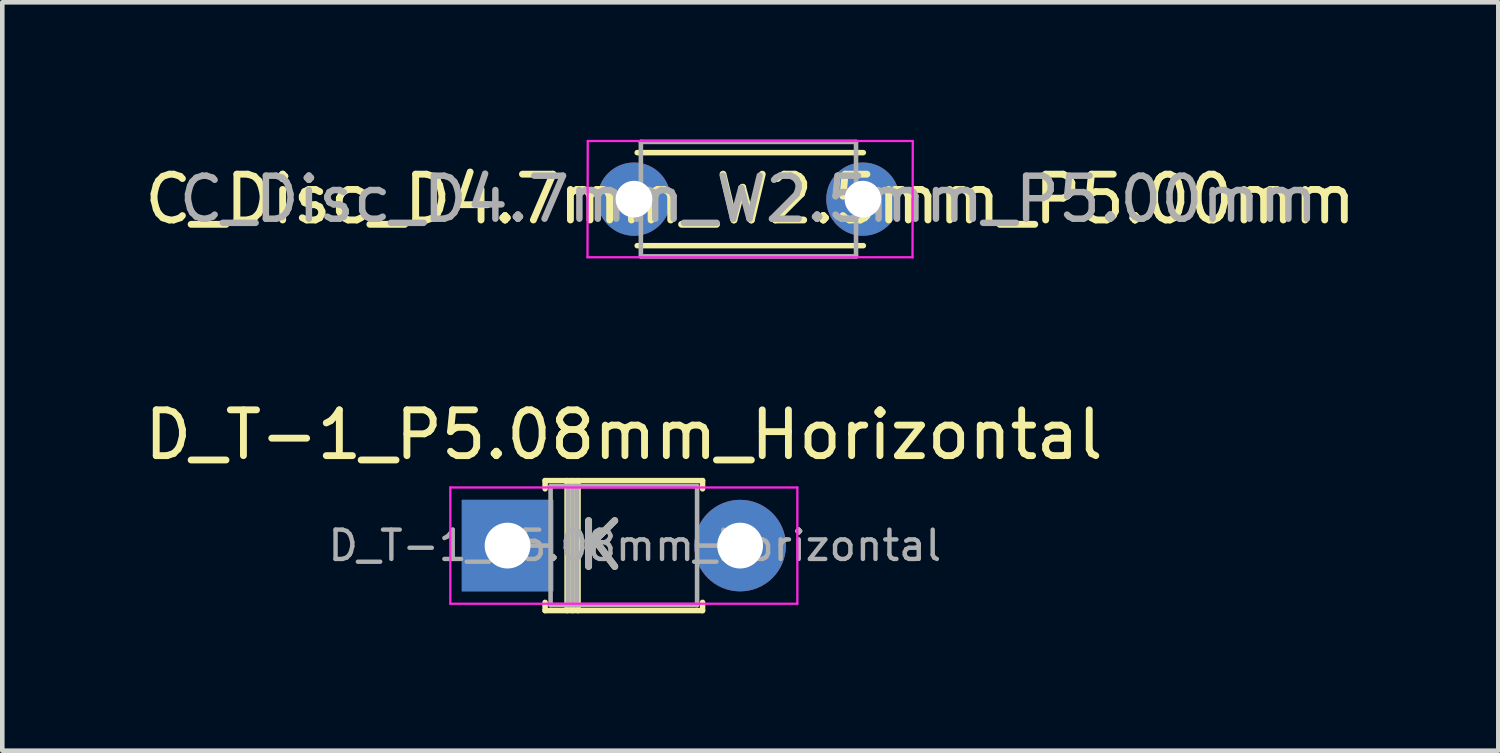
<source format=kicad_pcb>
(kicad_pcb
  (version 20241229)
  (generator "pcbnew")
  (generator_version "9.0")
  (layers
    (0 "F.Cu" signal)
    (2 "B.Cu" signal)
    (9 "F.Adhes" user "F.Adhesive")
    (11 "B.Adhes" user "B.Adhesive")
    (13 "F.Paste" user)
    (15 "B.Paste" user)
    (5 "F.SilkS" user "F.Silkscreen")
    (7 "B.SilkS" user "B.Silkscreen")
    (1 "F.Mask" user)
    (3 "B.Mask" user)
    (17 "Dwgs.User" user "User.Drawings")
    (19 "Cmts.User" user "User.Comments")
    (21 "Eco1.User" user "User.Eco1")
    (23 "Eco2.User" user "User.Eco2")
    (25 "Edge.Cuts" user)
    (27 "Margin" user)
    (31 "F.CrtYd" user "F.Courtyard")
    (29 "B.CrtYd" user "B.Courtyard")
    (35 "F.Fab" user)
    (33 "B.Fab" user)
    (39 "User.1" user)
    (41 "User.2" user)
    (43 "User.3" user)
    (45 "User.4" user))
  (footprint "D_T-1_P5.08mm_Horizontal"
    (layer "F.Cu")
    (at 8.037 8.868)
    (property "Reference" "D_T-1_P5.08mm_Horizontal" (at 2.54 -2.42 0) (layer "F.SilkS") (effects (font (size 1 1) (thickness 0.15))))
    (attr through_hole)
    (fp_line (start 0.82 -1.42) (end 4.26 -1.42) (stroke (width 0.12) (type solid)) (layer "F.SilkS"))
    (fp_line (start 0.82 -1.24) (end 0.82 -1.42) (stroke (width 0.12) (type solid)) (layer "F.SilkS"))
    (fp_line (start 0.82 1.24) (end 0.82 1.42) (stroke (width 0.12) (type solid)) (layer "F.SilkS"))
    (fp_line (start 0.82 1.42) (end 4.26 1.42) (stroke (width 0.12) (type solid)) (layer "F.SilkS"))
    (fp_line (start 1.3 -1.42) (end 1.3 1.42) (stroke (width 0.12) (type solid)) (layer "F.SilkS"))
    (fp_line (start 1.42 -1.42) (end 1.42 1.42) (stroke (width 0.12) (type solid)) (layer "F.SilkS"))
    (fp_line (start 1.54 -1.42) (end 1.54 1.42) (stroke (width 0.12) (type solid)) (layer "F.SilkS"))
    (fp_line (start 4.26 -1.42) (end 4.26 -1.24) (stroke (width 0.12) (type solid)) (layer "F.SilkS"))
    (fp_line (start 4.26 1.42) (end 4.26 1.24) (stroke (width 0.12) (type solid)) (layer "F.SilkS"))
    (fp_line (start -1.25 -1.27) (end -1.25 1.27) (stroke (width 0.05) (type solid)) (layer "F.CrtYd"))
    (fp_line (start -1.25 1.27) (end 6.33 1.27) (stroke (width 0.05) (type solid)) (layer "F.CrtYd"))
    (fp_line (start 6.33 -1.27) (end -1.25 -1.27) (stroke (width 0.05) (type solid)) (layer "F.CrtYd"))
    (fp_line (start 6.33 1.27) (end 6.33 -1.27) (stroke (width 0.05) (type solid)) (layer "F.CrtYd"))
    (fp_line (start 0 0) (end 0.94 0) (stroke (width 0.1) (type solid)) (layer "F.Fab"))
    (fp_line (start 0.94 -1.3) (end 0.94 1.3) (stroke (width 0.1) (type solid)) (layer "F.Fab"))
    (fp_line (start 0.94 1.3) (end 4.14 1.3) (stroke (width 0.1) (type solid)) (layer "F.Fab"))
    (fp_line (start 1.32 -1.3) (end 1.32 1.3) (stroke (width 0.1) (type solid)) (layer "F.Fab"))
    (fp_line (start 1.42 -1.3) (end 1.42 1.3) (stroke (width 0.1) (type solid)) (layer "F.Fab"))
    (fp_line (start 1.52 -1.3) (end 1.52 1.3) (stroke (width 0.1) (type solid)) (layer "F.Fab"))
    (fp_line (start 4.14 -1.3) (end 0.94 -1.3) (stroke (width 0.1) (type solid)) (layer "F.Fab"))
    (fp_line (start 4.14 1.3) (end 4.14 -1.3) (stroke (width 0.1) (type solid)) (layer "F.Fab"))
    (fp_line (start 5.08 0) (end 4.14 0) (stroke (width 0.1) (type solid)) (layer "F.Fab"))
    (fp_text user "K" (at 2.032 0 0) (layer "F.SilkS") (effects (font (size 1 1) (thickness 0.15))))
    (fp_text user "K" (at 2.032 0 0) (layer "F.Fab") (effects (font (size 1 1) (thickness 0.15))))
    (fp_text user "${REFERENCE}" (at 2.78 0 0) (layer "F.Fab") (effects (font (size 0.64 0.64) (thickness 0.096))))
    (pad "1" thru_hole rect (at 0 0) (size 2 2) (drill 1) (layers "*.Cu" "*.Mask"))
    (pad "2" thru_hole oval (at 5.08 0) (size 2 2) (drill 1) (layers "*.Cu" "*.Mask")))
  (footprint "C_Disc_D4.7mm_W2.5mm_P5.00mm"
    (layer "F.Cu")
    (at 10.799 1.3)
    (property "Reference" "C_Disc_D4.7mm_W2.5mm_P5.00mm" (at 2.54 0 0) (layer "F.SilkS") (effects (font (size 1 1) (thickness 0.15))))
    (attr through_hole)
    (fp_line (start 0.07 -1.016) (end 5.01 -1.016) (stroke (width 0.12) (type solid)) (layer "F.SilkS"))
    (fp_line (start 0.07 1.016) (end 5.01 1.016) (stroke (width 0.12) (type solid)) (layer "F.SilkS"))
    (fp_line (start -1.016 1.27) (end 6.084 1.27) (stroke (width 0.05) (type solid)) (layer "F.CrtYd"))
    (fp_line (start -1.01 -1.27) (end -1.016 1.27) (stroke (width 0.05) (type solid)) (layer "F.CrtYd"))
    (fp_line (start 6.084 1.27) (end 6.09 -1.27) (stroke (width 0.05) (type solid)) (layer "F.CrtYd"))
    (fp_line (start 6.09 -1.27) (end -1.01 -1.27) (stroke (width 0.05) (type solid)) (layer "F.CrtYd"))
    (fp_line (start 0.15 -1.25) (end 0.15 1.25) (stroke (width 0.1) (type solid)) (layer "F.Fab"))
    (fp_line (start 0.15 1.25) (end 4.85 1.25) (stroke (width 0.1) (type solid)) (layer "F.Fab"))
    (fp_line (start 4.85 -1.25) (end 0.15 -1.25) (stroke (width 0.1) (type solid)) (layer "F.Fab"))
    (fp_line (start 4.85 1.25) (end 4.85 -1.25) (stroke (width 0.1) (type solid)) (layer "F.Fab"))
    (fp_text user "${REFERENCE}" (at 2.5 0 0) (layer "F.Fab") (effects (font (size 0.94 0.94) (thickness 0.141))))
    (pad "1" thru_hole circle (at 0 0) (size 1.6 1.6) (drill 0.8) (layers "*.Cu" "*.Mask"))
    (pad "2" thru_hole circle (at 5 0) (size 1.6 1.6) (drill 0.8) (layers "*.Cu" "*.Mask")))
  (gr_rect
    (start -3 -3)
    (end 29.679 13.348)
    (stroke (width 0.1) (type default))
    (fill no)
    (layer "Edge.Cuts")))
</source>
